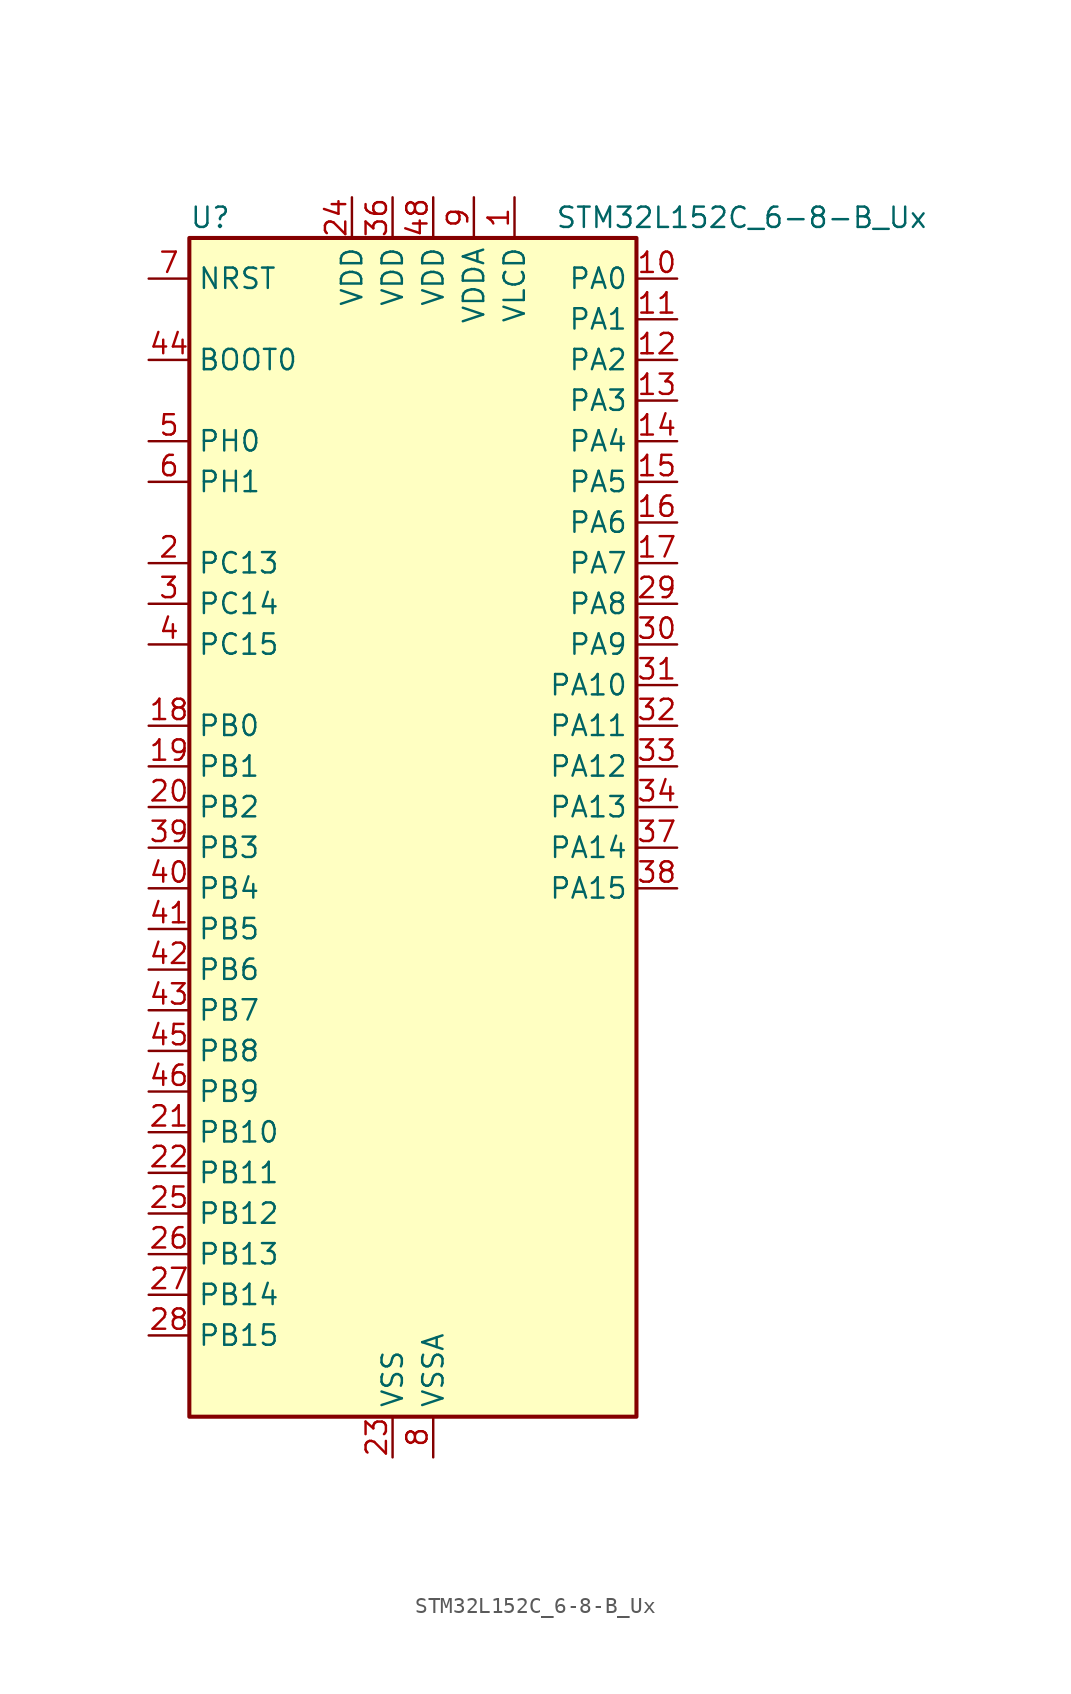
<source format=kicad_sym>
(kicad_symbol_lib
  (version 20231120)
  (generator "kicad-library-utils")
  (generator_version "8.0")
  (symbol "STM32L152C_6-8-B_Ux"
    (property "Reference" "U"
      (at -12.7 39.37 0)
      (effects (font (size 1.27 1.27)) (justify left)))
    (property "Value" "STM32L152C_6-8-B_Ux"
      (at 10.16 39.37 0)
      (effects (font (size 1.27 1.27)) (justify left)))
    (symbol "STM32L152C_6-8-B_Ux_0_1"
      (rectangle (start -12.7 -35.56) (end 15.24 38.1) (stroke (width 0.254) (type default)) (fill (type background))))
    (symbol "STM32L152C_6-8-B_Ux_1_1"
      (pin power_in line (at 7.62 40.64 270) (length 2.54) (name "VLCD" (effects (font (size 1.27 1.27)))) (number "1" (effects (font (size 1.27 1.27)))))
      (pin bidirectional line (at 17.78 35.56 180) (length 2.54) (name "PA0" (effects (font (size 1.27 1.27)))) (number "10" (effects (font (size 1.27 1.27)))) (alternate "ADC_IN0" bidirectional line) (alternate "COMP1_INP" bidirectional line) (alternate "SYS_WKUP1" bidirectional line) (alternate "TIM2_CH1" bidirectional line) (alternate "TIM2_ETR" bidirectional line) (alternate "TIMX_IC1" bidirectional line) (alternate "TS_G1_IO1" bidirectional line) (alternate "USART2_CTS" bidirectional line))
      (pin bidirectional line (at 17.78 33.02 180) (length 2.54) (name "PA1" (effects (font (size 1.27 1.27)))) (number "11" (effects (font (size 1.27 1.27)))) (alternate "ADC_IN1" bidirectional line) (alternate "COMP1_INP" bidirectional line) (alternate "LCD_SEG0" bidirectional line) (alternate "TIM2_CH2" bidirectional line) (alternate "TIMX_IC2" bidirectional line) (alternate "TS_G1_IO2" bidirectional line) (alternate "USART2_RTS" bidirectional line))
      (pin bidirectional line (at 17.78 30.48 180) (length 2.54) (name "PA2" (effects (font (size 1.27 1.27)))) (number "12" (effects (font (size 1.27 1.27)))) (alternate "ADC_IN2" bidirectional line) (alternate "COMP1_INP" bidirectional line) (alternate "LCD_SEG1" bidirectional line) (alternate "TIM2_CH3" bidirectional line) (alternate "TIM9_CH1" bidirectional line) (alternate "TIMX_IC3" bidirectional line) (alternate "TS_G1_IO3" bidirectional line) (alternate "USART2_TX" bidirectional line))
      (pin bidirectional line (at 17.78 27.94 180) (length 2.54) (name "PA3" (effects (font (size 1.27 1.27)))) (number "13" (effects (font (size 1.27 1.27)))) (alternate "ADC_IN3" bidirectional line) (alternate "COMP1_INP" bidirectional line) (alternate "LCD_SEG2" bidirectional line) (alternate "TIM2_CH4" bidirectional line) (alternate "TIM9_CH2" bidirectional line) (alternate "TIMX_IC4" bidirectional line) (alternate "TS_G1_IO4" bidirectional line) (alternate "USART2_RX" bidirectional line))
      (pin bidirectional line (at 17.78 25.4 180) (length 2.54) (name "PA4" (effects (font (size 1.27 1.27)))) (number "14" (effects (font (size 1.27 1.27)))) (alternate "ADC_IN4" bidirectional line) (alternate "COMP1_INP" bidirectional line) (alternate "DAC_OUT1" bidirectional line) (alternate "SPI1_NSS" bidirectional line) (alternate "TIMX_IC1" bidirectional line) (alternate "USART2_CK" bidirectional line))
      (pin bidirectional line (at 17.78 22.86 180) (length 2.54) (name "PA5" (effects (font (size 1.27 1.27)))) (number "15" (effects (font (size 1.27 1.27)))) (alternate "ADC_IN5" bidirectional line) (alternate "COMP1_INP" bidirectional line) (alternate "DAC_OUT2" bidirectional line) (alternate "SPI1_SCK" bidirectional line) (alternate "TIM2_CH1" bidirectional line) (alternate "TIM2_ETR" bidirectional line) (alternate "TIMX_IC2" bidirectional line))
      (pin bidirectional line (at 17.78 20.32 180) (length 2.54) (name "PA6" (effects (font (size 1.27 1.27)))) (number "16" (effects (font (size 1.27 1.27)))) (alternate "ADC_IN6" bidirectional line) (alternate "COMP1_INP" bidirectional line) (alternate "LCD_SEG3" bidirectional line) (alternate "SPI1_MISO" bidirectional line) (alternate "TIM10_CH1" bidirectional line) (alternate "TIM3_CH1" bidirectional line) (alternate "TIMX_IC3" bidirectional line) (alternate "TS_G2_IO1" bidirectional line))
      (pin bidirectional line (at 17.78 17.78 180) (length 2.54) (name "PA7" (effects (font (size 1.27 1.27)))) (number "17" (effects (font (size 1.27 1.27)))) (alternate "ADC_IN7" bidirectional line) (alternate "COMP1_INP" bidirectional line) (alternate "LCD_SEG4" bidirectional line) (alternate "SPI1_MOSI" bidirectional line) (alternate "TIM11_CH1" bidirectional line) (alternate "TIM3_CH2" bidirectional line) (alternate "TIMX_IC4" bidirectional line) (alternate "TS_G2_IO2" bidirectional line))
      (pin bidirectional line (at -15.24 7.62 0) (length 2.54) (name "PB0" (effects (font (size 1.27 1.27)))) (number "18" (effects (font (size 1.27 1.27)))) (alternate "ADC_IN8" bidirectional line) (alternate "COMP1_INP" bidirectional line) (alternate "LCD_SEG5" bidirectional line) (alternate "SYS_V_REF_OUT" bidirectional line) (alternate "TIM3_CH3" bidirectional line) (alternate "TS_G3_IO1" bidirectional line))
      (pin bidirectional line (at -15.24 5.08 0) (length 2.54) (name "PB1" (effects (font (size 1.27 1.27)))) (number "19" (effects (font (size 1.27 1.27)))) (alternate "ADC_IN9" bidirectional line) (alternate "COMP1_INP" bidirectional line) (alternate "LCD_SEG6" bidirectional line) (alternate "SYS_V_REF_OUT" bidirectional line) (alternate "TIM3_CH4" bidirectional line) (alternate "TS_G3_IO2" bidirectional line))
      (pin bidirectional line (at -15.24 17.78 0) (length 2.54) (name "PC13" (effects (font (size 1.27 1.27)))) (number "2" (effects (font (size 1.27 1.27)))) (alternate "RTC_OUT_ALARM" bidirectional line) (alternate "RTC_OUT_CALIB" bidirectional line) (alternate "RTC_TAMP1" bidirectional line) (alternate "RTC_TS" bidirectional line) (alternate "SYS_WKUP2" bidirectional line) (alternate "TIMX_IC2" bidirectional line))
      (pin bidirectional line (at -15.24 2.54 0) (length 2.54) (name "PB2" (effects (font (size 1.27 1.27)))) (number "20" (effects (font (size 1.27 1.27)))))
      (pin bidirectional line (at -15.24 -17.78 0) (length 2.54) (name "PB10" (effects (font (size 1.27 1.27)))) (number "21" (effects (font (size 1.27 1.27)))) (alternate "I2C2_SCL" bidirectional line) (alternate "LCD_SEG10" bidirectional line) (alternate "TIM2_CH3" bidirectional line) (alternate "USART3_TX" bidirectional line))
      (pin bidirectional line (at -15.24 -20.32 0) (length 2.54) (name "PB11" (effects (font (size 1.27 1.27)))) (number "22" (effects (font (size 1.27 1.27)))) (alternate "ADC_EXTI11" bidirectional line) (alternate "I2C2_SDA" bidirectional line) (alternate "LCD_SEG11" bidirectional line) (alternate "TIM2_CH4" bidirectional line) (alternate "USART3_RX" bidirectional line))
      (pin power_in line (at 0 -38.1 90) (length 2.54) (name "VSS" (effects (font (size 1.27 1.27)))) (number "23" (effects (font (size 1.27 1.27)))))
      (pin power_in line (at -2.54 40.64 270) (length 2.54) (name "VDD" (effects (font (size 1.27 1.27)))) (number "24" (effects (font (size 1.27 1.27)))))
      (pin bidirectional line (at -15.24 -22.86 0) (length 2.54) (name "PB12" (effects (font (size 1.27 1.27)))) (number "25" (effects (font (size 1.27 1.27)))) (alternate "ADC_IN18" bidirectional line) (alternate "COMP1_INP" bidirectional line) (alternate "I2C2_SMBA" bidirectional line) (alternate "LCD_SEG12" bidirectional line) (alternate "SPI2_NSS" bidirectional line) (alternate "TIM10_CH1" bidirectional line) (alternate "TS_G7_IO1" bidirectional line) (alternate "USART3_CK" bidirectional line))
      (pin bidirectional line (at -15.24 -25.4 0) (length 2.54) (name "PB13" (effects (font (size 1.27 1.27)))) (number "26" (effects (font (size 1.27 1.27)))) (alternate "ADC_IN19" bidirectional line) (alternate "COMP1_INP" bidirectional line) (alternate "LCD_SEG13" bidirectional line) (alternate "SPI2_SCK" bidirectional line) (alternate "TIM9_CH1" bidirectional line) (alternate "TS_G7_IO2" bidirectional line) (alternate "USART3_CTS" bidirectional line))
      (pin bidirectional line (at -15.24 -27.94 0) (length 2.54) (name "PB14" (effects (font (size 1.27 1.27)))) (number "27" (effects (font (size 1.27 1.27)))) (alternate "ADC_IN20" bidirectional line) (alternate "COMP1_INP" bidirectional line) (alternate "LCD_SEG14" bidirectional line) (alternate "SPI2_MISO" bidirectional line) (alternate "TIM9_CH2" bidirectional line) (alternate "TS_G7_IO3" bidirectional line) (alternate "USART3_RTS" bidirectional line))
      (pin bidirectional line (at -15.24 -30.48 0) (length 2.54) (name "PB15" (effects (font (size 1.27 1.27)))) (number "28" (effects (font (size 1.27 1.27)))) (alternate "ADC_EXTI15" bidirectional line) (alternate "ADC_IN21" bidirectional line) (alternate "COMP1_INP" bidirectional line) (alternate "LCD_SEG15" bidirectional line) (alternate "RTC_REFIN" bidirectional line) (alternate "SPI2_MOSI" bidirectional line) (alternate "TIM11_CH1" bidirectional line) (alternate "TS_G7_IO4" bidirectional line))
      (pin bidirectional line (at 17.78 15.24 180) (length 2.54) (name "PA8" (effects (font (size 1.27 1.27)))) (number "29" (effects (font (size 1.27 1.27)))) (alternate "LCD_COM0" bidirectional line) (alternate "RCC_MCO" bidirectional line) (alternate "TIMX_IC1" bidirectional line) (alternate "TS_G4_IO1" bidirectional line) (alternate "USART1_CK" bidirectional line))
      (pin bidirectional line (at -15.24 15.24 0) (length 2.54) (name "PC14" (effects (font (size 1.27 1.27)))) (number "3" (effects (font (size 1.27 1.27)))) (alternate "RCC_OSC32_IN" bidirectional line) (alternate "TIMX_IC3" bidirectional line))
      (pin bidirectional line (at 17.78 12.7 180) (length 2.54) (name "PA9" (effects (font (size 1.27 1.27)))) (number "30" (effects (font (size 1.27 1.27)))) (alternate "DAC_EXTI9" bidirectional line) (alternate "LCD_COM1" bidirectional line) (alternate "TIMX_IC2" bidirectional line) (alternate "TS_G4_IO2" bidirectional line) (alternate "USART1_TX" bidirectional line))
      (pin bidirectional line (at 17.78 10.16 180) (length 2.54) (name "PA10" (effects (font (size 1.27 1.27)))) (number "31" (effects (font (size 1.27 1.27)))) (alternate "LCD_COM2" bidirectional line) (alternate "TIMX_IC3" bidirectional line) (alternate "TS_G4_IO3" bidirectional line) (alternate "USART1_RX" bidirectional line))
      (pin bidirectional line (at 17.78 7.62 180) (length 2.54) (name "PA11" (effects (font (size 1.27 1.27)))) (number "32" (effects (font (size 1.27 1.27)))) (alternate "ADC_EXTI11" bidirectional line) (alternate "SPI1_MISO" bidirectional line) (alternate "TIMX_IC4" bidirectional line) (alternate "USART1_CTS" bidirectional line) (alternate "USB_DM" bidirectional line))
      (pin bidirectional line (at 17.78 5.08 180) (length 2.54) (name "PA12" (effects (font (size 1.27 1.27)))) (number "33" (effects (font (size 1.27 1.27)))) (alternate "SPI1_MOSI" bidirectional line) (alternate "TIMX_IC1" bidirectional line) (alternate "USART1_RTS" bidirectional line) (alternate "USB_DP" bidirectional line))
      (pin bidirectional line (at 17.78 2.54 180) (length 2.54) (name "PA13" (effects (font (size 1.27 1.27)))) (number "34" (effects (font (size 1.27 1.27)))) (alternate "SYS_JTMS-SWDIO" bidirectional line) (alternate "TIMX_IC2" bidirectional line) (alternate "TS_G5_IO1" bidirectional line))
      (pin passive line (at 0 -38.1 90) (length 2.54) hide (name "VSS" (effects (font (size 1.27 1.27)))) (number "35" (effects (font (size 1.27 1.27)))))
      (pin power_in line (at 0 40.64 270) (length 2.54) (name "VDD" (effects (font (size 1.27 1.27)))) (number "36" (effects (font (size 1.27 1.27)))))
      (pin bidirectional line (at 17.78 0 180) (length 2.54) (name "PA14" (effects (font (size 1.27 1.27)))) (number "37" (effects (font (size 1.27 1.27)))) (alternate "SYS_JTCK-SWCLK" bidirectional line) (alternate "TIMX_IC3" bidirectional line) (alternate "TS_G5_IO2" bidirectional line))
      (pin bidirectional line (at 17.78 -2.54 180) (length 2.54) (name "PA15" (effects (font (size 1.27 1.27)))) (number "38" (effects (font (size 1.27 1.27)))) (alternate "ADC_EXTI15" bidirectional line) (alternate "LCD_SEG17" bidirectional line) (alternate "SPI1_NSS" bidirectional line) (alternate "SYS_JTDI" bidirectional line) (alternate "TIM2_CH1" bidirectional line) (alternate "TIM2_ETR" bidirectional line) (alternate "TIMX_IC4" bidirectional line) (alternate "TS_G5_IO3" bidirectional line))
      (pin bidirectional line (at -15.24 0 0) (length 2.54) (name "PB3" (effects (font (size 1.27 1.27)))) (number "39" (effects (font (size 1.27 1.27)))) (alternate "COMP2_INM" bidirectional line) (alternate "LCD_SEG7" bidirectional line) (alternate "SPI1_SCK" bidirectional line) (alternate "SYS_JTDO-TRACESWO" bidirectional line) (alternate "TIM2_CH2" bidirectional line))
      (pin bidirectional line (at -15.24 12.7 0) (length 2.54) (name "PC15" (effects (font (size 1.27 1.27)))) (number "4" (effects (font (size 1.27 1.27)))) (alternate "ADC_EXTI15" bidirectional line) (alternate "RCC_OSC32_OUT" bidirectional line) (alternate "TIMX_IC4" bidirectional line))
      (pin bidirectional line (at -15.24 -2.54 0) (length 2.54) (name "PB4" (effects (font (size 1.27 1.27)))) (number "40" (effects (font (size 1.27 1.27)))) (alternate "COMP2_INP" bidirectional line) (alternate "LCD_SEG8" bidirectional line) (alternate "SPI1_MISO" bidirectional line) (alternate "SYS_JTRST" bidirectional line) (alternate "TIM3_CH1" bidirectional line) (alternate "TS_G6_IO1" bidirectional line))
      (pin bidirectional line (at -15.24 -5.08 0) (length 2.54) (name "PB5" (effects (font (size 1.27 1.27)))) (number "41" (effects (font (size 1.27 1.27)))) (alternate "COMP2_INP" bidirectional line) (alternate "I2C1_SMBA" bidirectional line) (alternate "LCD_SEG9" bidirectional line) (alternate "SPI1_MOSI" bidirectional line) (alternate "TIM3_CH2" bidirectional line) (alternate "TS_G6_IO2" bidirectional line))
      (pin bidirectional line (at -15.24 -7.62 0) (length 2.54) (name "PB6" (effects (font (size 1.27 1.27)))) (number "42" (effects (font (size 1.27 1.27)))) (alternate "I2C1_SCL" bidirectional line) (alternate "TIM4_CH1" bidirectional line) (alternate "USART1_TX" bidirectional line))
      (pin bidirectional line (at -15.24 -10.16 0) (length 2.54) (name "PB7" (effects (font (size 1.27 1.27)))) (number "43" (effects (font (size 1.27 1.27)))) (alternate "I2C1_SDA" bidirectional line) (alternate "SYS_PVD_IN" bidirectional line) (alternate "TIM4_CH2" bidirectional line) (alternate "USART1_RX" bidirectional line))
      (pin input line (at -15.24 30.48 0) (length 2.54) (name "BOOT0" (effects (font (size 1.27 1.27)))) (number "44" (effects (font (size 1.27 1.27)))))
      (pin bidirectional line (at -15.24 -12.7 0) (length 2.54) (name "PB8" (effects (font (size 1.27 1.27)))) (number "45" (effects (font (size 1.27 1.27)))) (alternate "I2C1_SCL" bidirectional line) (alternate "LCD_SEG16" bidirectional line) (alternate "TIM10_CH1" bidirectional line) (alternate "TIM4_CH3" bidirectional line))
      (pin bidirectional line (at -15.24 -15.24 0) (length 2.54) (name "PB9" (effects (font (size 1.27 1.27)))) (number "46" (effects (font (size 1.27 1.27)))) (alternate "DAC_EXTI9" bidirectional line) (alternate "I2C1_SDA" bidirectional line) (alternate "LCD_COM3" bidirectional line) (alternate "TIM11_CH1" bidirectional line) (alternate "TIM4_CH4" bidirectional line))
      (pin passive line (at 0 -38.1 90) (length 2.54) hide (name "VSS" (effects (font (size 1.27 1.27)))) (number "47" (effects (font (size 1.27 1.27)))))
      (pin power_in line (at 2.54 40.64 270) (length 2.54) (name "VDD" (effects (font (size 1.27 1.27)))) (number "48" (effects (font (size 1.27 1.27)))))
      (pin passive line (at 0 -38.1 90) (length 2.54) hide (name "VSS" (effects (font (size 1.27 1.27)))) (number "49" (effects (font (size 1.27 1.27)))))
      (pin bidirectional line (at -15.24 25.4 0) (length 2.54) (name "PH0" (effects (font (size 1.27 1.27)))) (number "5" (effects (font (size 1.27 1.27)))) (alternate "RCC_OSC_IN" bidirectional line))
      (pin bidirectional line (at -15.24 22.86 0) (length 2.54) (name "PH1" (effects (font (size 1.27 1.27)))) (number "6" (effects (font (size 1.27 1.27)))) (alternate "RCC_OSC_OUT" bidirectional line))
      (pin input line (at -15.24 35.56 0) (length 2.54) (name "NRST" (effects (font (size 1.27 1.27)))) (number "7" (effects (font (size 1.27 1.27)))))
      (pin power_in line (at 2.54 -38.1 90) (length 2.54) (name "VSSA" (effects (font (size 1.27 1.27)))) (number "8" (effects (font (size 1.27 1.27)))))
      (pin power_in line (at 5.08 40.64 270) (length 2.54) (name "VDDA" (effects (font (size 1.27 1.27)))) (number "9" (effects (font (size 1.27 1.27))))))))
</source>
